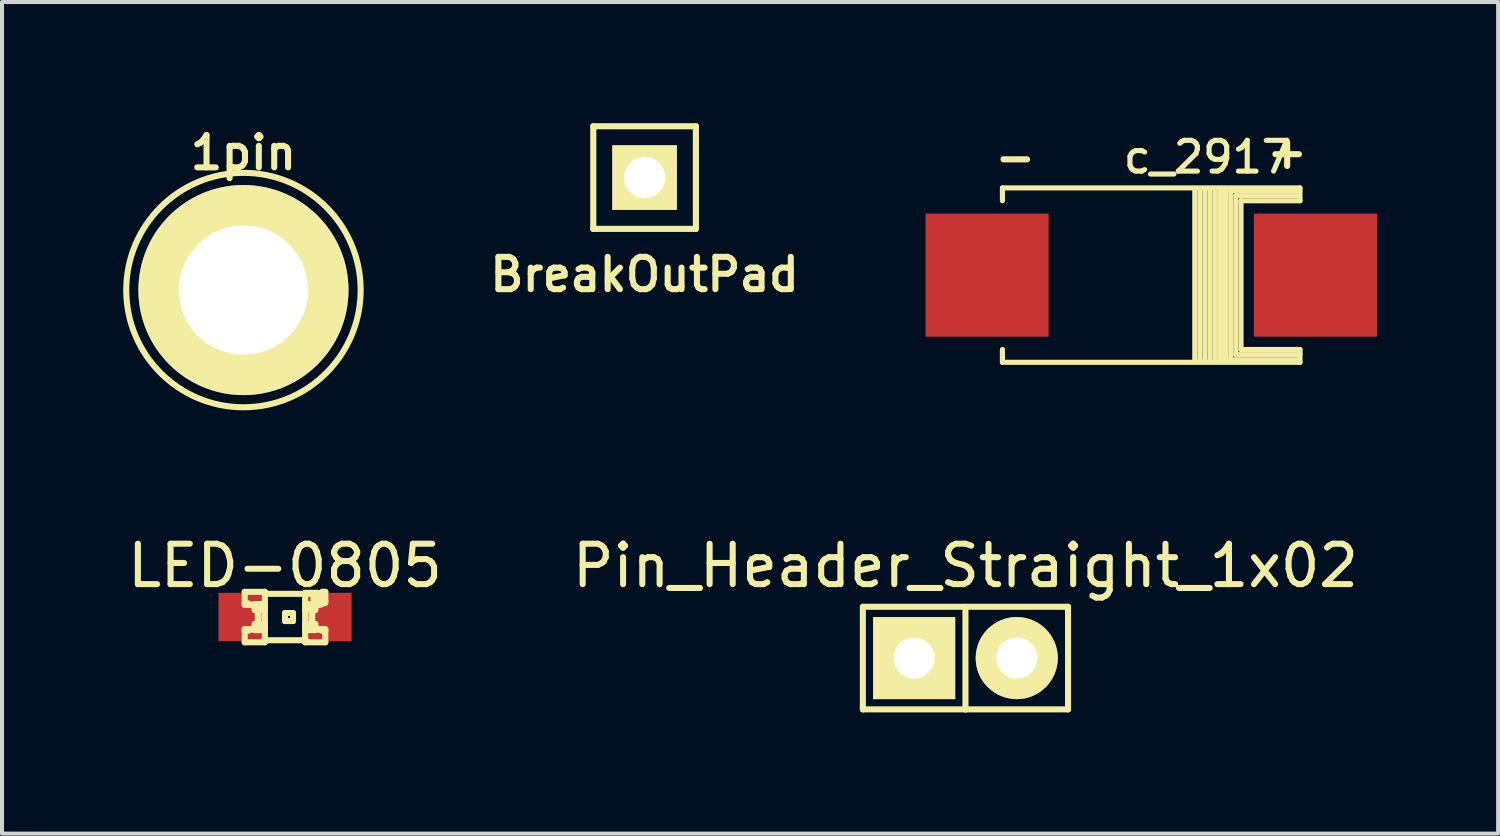
<source format=kicad_pcb>
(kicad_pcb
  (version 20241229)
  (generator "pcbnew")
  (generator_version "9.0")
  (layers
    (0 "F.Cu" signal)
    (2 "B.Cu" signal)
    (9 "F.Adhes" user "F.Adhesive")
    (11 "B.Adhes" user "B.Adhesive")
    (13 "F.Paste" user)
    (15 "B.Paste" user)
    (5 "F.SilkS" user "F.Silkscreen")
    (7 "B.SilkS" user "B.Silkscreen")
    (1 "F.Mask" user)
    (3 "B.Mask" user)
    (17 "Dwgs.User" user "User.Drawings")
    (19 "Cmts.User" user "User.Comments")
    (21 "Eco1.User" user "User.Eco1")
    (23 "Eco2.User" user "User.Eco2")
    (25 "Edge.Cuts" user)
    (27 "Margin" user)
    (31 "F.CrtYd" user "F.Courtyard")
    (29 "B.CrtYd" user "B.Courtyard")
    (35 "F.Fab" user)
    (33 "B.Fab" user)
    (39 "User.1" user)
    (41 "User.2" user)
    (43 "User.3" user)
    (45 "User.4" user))
  (footprint "1pin"
    (layer "F.Cu")
    (at 2.977 4.131)
    (property "Reference" "1pin" (at 0 -3.4 0) (layer "F.SilkS") (effects (font (size 0.8 0.8) (thickness 0.15))))
    (attr through_hole)
    (fp_circle (center 0 0) (end 2.9 0.1) (stroke (width 0.15) (type solid)) (fill no) (layer "F.SilkS"))
    (pad "1" thru_hole circle (at 0 0) (size 5.2 5.2) (drill 3.2) (layers "*.Cu" "*.Mask" "F.SilkS")))
  (footprint "Pin_Header_Straight_1x02"
    (layer "F.Cu")
    (at 20.851 13.242)
    (property "Reference" "Pin_Header_Straight_1x02" (at 0 -2.286 0) (layer "F.SilkS") (effects (font (size 1 1) (thickness 0.15))))
    (attr through_hole)
    (fp_line (start -2.54 -1.27) (end -2.54 1.27) (stroke (width 0.15) (type solid)) (layer "F.SilkS"))
    (fp_line (start -2.54 1.27) (end 0 1.27) (stroke (width 0.15) (type solid)) (layer "F.SilkS"))
    (fp_line (start 0 -1.27) (end 0 1.27) (stroke (width 0.15) (type solid)) (layer "F.SilkS"))
    (fp_line (start 0 1.27) (end 2.54 1.27) (stroke (width 0.15) (type solid)) (layer "F.SilkS"))
    (fp_line (start 2.54 -1.27) (end -2.54 -1.27) (stroke (width 0.15) (type solid)) (layer "F.SilkS"))
    (fp_line (start 2.54 1.27) (end 2.54 -1.27) (stroke (width 0.15) (type solid)) (layer "F.SilkS"))
    (pad "1" thru_hole rect (at -1.27 0) (size 2.032 2.032) (drill 1.016) (layers "*.Cu" "*.Mask" "F.SilkS"))
    (pad "2" thru_hole oval (at 1.27 0) (size 2.032 2.032) (drill 1.016) (layers "*.Cu" "*.Mask" "F.SilkS")))
  (footprint "BreakOutPad"
    (layer "F.Cu")
    (at 12.908 1.346)
    (property "Reference" "BreakOutPad" (at 0 2.4 0) (layer "F.SilkS") (effects (font (size 0.8 0.8) (thickness 0.15))))
    (attr through_hole)
    (fp_line (start -1.27 -1.27) (end 1.27 -1.27) (stroke (width 0.152) (type solid)) (layer "F.SilkS"))
    (fp_line (start -1.27 1.27) (end -1.27 -1.27) (stroke (width 0.152) (type solid)) (layer "F.SilkS"))
    (fp_line (start 1.27 -1.27) (end 1.27 1.27) (stroke (width 0.152) (type solid)) (layer "F.SilkS"))
    (fp_line (start 1.27 1.27) (end -1.27 1.27) (stroke (width 0.152) (type solid)) (layer "F.SilkS"))
    (pad "1" thru_hole rect (at 0 0) (size 1.6 1.6) (drill 1.02) (layers "*.Cu" "*.Mask" "F.SilkS")))
  (footprint "LED-0805"
    (layer "F.Cu")
    (at 4.006 12.226)
    (property "Reference" "LED-0805" (at 0 -1.27 0) (layer "F.SilkS") (effects (font (size 1 1) (thickness 0.15))))
    (attr smd)
    (fp_line (start -0.998 -0.625) (end -0.998 -0.3) (stroke (width 0.15) (type solid)) (layer "F.SilkS"))
    (fp_line (start -0.998 -0.625) (end -0.498 -0.625) (stroke (width 0.15) (type solid)) (layer "F.SilkS"))
    (fp_line (start -0.998 -0.3) (end -0.498 -0.3) (stroke (width 0.15) (type solid)) (layer "F.SilkS"))
    (fp_line (start -0.998 0.3) (end -0.998 0.625) (stroke (width 0.15) (type solid)) (layer "F.SilkS"))
    (fp_line (start -0.998 0.3) (end -0.498 0.3) (stroke (width 0.15) (type solid)) (layer "F.SilkS"))
    (fp_line (start -0.998 0.625) (end -0.498 0.625) (stroke (width 0.15) (type solid)) (layer "F.SilkS"))
    (fp_line (start -0.749 -0.323) (end -0.749 -0.173) (stroke (width 0.15) (type solid)) (layer "F.SilkS"))
    (fp_line (start -0.749 -0.323) (end -0.498 -0.323) (stroke (width 0.15) (type solid)) (layer "F.SilkS"))
    (fp_line (start -0.749 -0.173) (end -0.498 -0.173) (stroke (width 0.15) (type solid)) (layer "F.SilkS"))
    (fp_line (start -0.749 0.173) (end -0.749 0.323) (stroke (width 0.15) (type solid)) (layer "F.SilkS"))
    (fp_line (start -0.749 0.173) (end -0.498 0.173) (stroke (width 0.15) (type solid)) (layer "F.SilkS"))
    (fp_line (start -0.749 0.323) (end -0.498 0.323) (stroke (width 0.15) (type solid)) (layer "F.SilkS"))
    (fp_line (start -0.673 -0.198) (end -0.673 0.198) (stroke (width 0.15) (type solid)) (layer "F.SilkS"))
    (fp_line (start -0.673 -0.198) (end -0.498 -0.198) (stroke (width 0.15) (type solid)) (layer "F.SilkS"))
    (fp_line (start -0.673 0.198) (end -0.498 0.198) (stroke (width 0.15) (type solid)) (layer "F.SilkS"))
    (fp_line (start -0.498 -0.625) (end -0.498 -0.3) (stroke (width 0.15) (type solid)) (layer "F.SilkS"))
    (fp_line (start -0.498 -0.574) (end 0.925 -0.574) (stroke (width 0.15) (type solid)) (layer "F.SilkS"))
    (fp_line (start -0.498 -0.323) (end -0.498 -0.173) (stroke (width 0.15) (type solid)) (layer "F.SilkS"))
    (fp_line (start -0.498 -0.198) (end -0.498 0.198) (stroke (width 0.15) (type solid)) (layer "F.SilkS"))
    (fp_line (start -0.498 0.173) (end -0.498 0.323) (stroke (width 0.15) (type solid)) (layer "F.SilkS"))
    (fp_line (start -0.498 0.3) (end -0.498 0.625) (stroke (width 0.15) (type solid)) (layer "F.SilkS"))
    (fp_line (start 0 -0.099) (end 0 0.099) (stroke (width 0.15) (type solid)) (layer "F.SilkS"))
    (fp_line (start 0 -0.099) (end 0.198 -0.099) (stroke (width 0.15) (type solid)) (layer "F.SilkS"))
    (fp_line (start 0 0.099) (end 0.198 0.099) (stroke (width 0.15) (type solid)) (layer "F.SilkS"))
    (fp_line (start 0.198 -0.099) (end 0.198 0.099) (stroke (width 0.15) (type solid)) (layer "F.SilkS"))
    (fp_line (start 0.498 -0.599) (end 0.498 -0.3) (stroke (width 0.15) (type solid)) (layer "F.SilkS"))
    (fp_line (start 0.498 -0.599) (end 0.798 -0.599) (stroke (width 0.15) (type solid)) (layer "F.SilkS"))
    (fp_line (start 0.498 -0.323) (end 0.498 -0.173) (stroke (width 0.15) (type solid)) (layer "F.SilkS"))
    (fp_line (start 0.498 -0.323) (end 0.749 -0.323) (stroke (width 0.15) (type solid)) (layer "F.SilkS"))
    (fp_line (start 0.498 -0.3) (end 0.798 -0.3) (stroke (width 0.15) (type solid)) (layer "F.SilkS"))
    (fp_line (start 0.498 -0.198) (end 0.498 0.198) (stroke (width 0.15) (type solid)) (layer "F.SilkS"))
    (fp_line (start 0.498 -0.198) (end 0.673 -0.198) (stroke (width 0.15) (type solid)) (layer "F.SilkS"))
    (fp_line (start 0.498 -0.173) (end 0.749 -0.173) (stroke (width 0.15) (type solid)) (layer "F.SilkS"))
    (fp_line (start 0.498 0.173) (end 0.498 0.323) (stroke (width 0.15) (type solid)) (layer "F.SilkS"))
    (fp_line (start 0.498 0.173) (end 0.749 0.173) (stroke (width 0.15) (type solid)) (layer "F.SilkS"))
    (fp_line (start 0.498 0.198) (end 0.673 0.198) (stroke (width 0.15) (type solid)) (layer "F.SilkS"))
    (fp_line (start 0.498 0.3) (end 0.498 0.625) (stroke (width 0.15) (type solid)) (layer "F.SilkS"))
    (fp_line (start 0.498 0.3) (end 0.998 0.3) (stroke (width 0.15) (type solid)) (layer "F.SilkS"))
    (fp_line (start 0.498 0.323) (end 0.749 0.323) (stroke (width 0.15) (type solid)) (layer "F.SilkS"))
    (fp_line (start 0.498 0.625) (end 0.998 0.625) (stroke (width 0.15) (type solid)) (layer "F.SilkS"))
    (fp_line (start 0.523 0.574) (end -0.523 0.574) (stroke (width 0.15) (type solid)) (layer "F.SilkS"))
    (fp_line (start 0.673 -0.198) (end 0.673 0.198) (stroke (width 0.15) (type solid)) (layer "F.SilkS"))
    (fp_line (start 0.749 -0.323) (end 0.749 -0.173) (stroke (width 0.15) (type solid)) (layer "F.SilkS"))
    (fp_line (start 0.749 0.173) (end 0.749 0.323) (stroke (width 0.15) (type solid)) (layer "F.SilkS"))
    (fp_line (start 0.798 -0.599) (end 0.798 -0.3) (stroke (width 0.15) (type solid)) (layer "F.SilkS"))
    (fp_line (start 0.925 -0.625) (end 0.925 -0.399) (stroke (width 0.15) (type solid)) (layer "F.SilkS"))
    (fp_line (start 0.925 -0.625) (end 0.998 -0.625) (stroke (width 0.15) (type solid)) (layer "F.SilkS"))
    (fp_line (start 0.925 -0.399) (end 0.998 -0.399) (stroke (width 0.15) (type solid)) (layer "F.SilkS"))
    (fp_line (start 0.998 -0.625) (end 0.998 -0.399) (stroke (width 0.15) (type solid)) (layer "F.SilkS"))
    (fp_line (start 0.998 0.3) (end 0.998 0.625) (stroke (width 0.15) (type solid)) (layer "F.SilkS"))
    (fp_arc (start -0.99822 -0.34798) (mid -0.65024 0) (end -0.99822 0.34798) (stroke (width 0.15) (type solid)) (layer "F.SilkS"))
    (fp_arc (start 0.99822 0.34798) (mid 0.65024 0) (end 0.99822 -0.34798) (stroke (width 0.15) (type solid)) (layer "F.SilkS"))
    (fp_circle (center 0.848 -0.45) (end 0.899 -0.5) (stroke (width 0.15) (type solid)) (fill no) (layer "F.SilkS"))
    (pad "1" smd rect (at -1.049 0) (size 1.199 1.199) (layers "F.Cu" "F.Mask" "F.Paste"))
    (pad "2" smd rect (at 1.049 0) (size 1.199 1.199) (layers "F.Cu" "F.Mask" "F.Paste")))
  (footprint "c_2917"
    (layer "F.Cu")
    (at 25.45 3.761)
    (property "Reference" "c_2917" (at 1.397 -2.921 0) (layer "F.SilkS") (effects (font (size 0.762 0.762) (thickness 0.127))))
    (attr smd)
    (fp_line (start -3.683 -2.159) (end 3.683 -2.159) (stroke (width 0.127) (type solid)) (layer "F.SilkS"))
    (fp_line (start -3.683 -1.841) (end -3.683 -2.159) (stroke (width 0.127) (type solid)) (layer "F.SilkS"))
    (fp_line (start -3.683 2.159) (end -3.683 1.841) (stroke (width 0.127) (type solid)) (layer "F.SilkS"))
    (fp_line (start 1.079 -2.095) (end 1.079 2.095) (stroke (width 0.127) (type solid)) (layer "F.SilkS"))
    (fp_line (start 1.206 -2.095) (end 1.206 2.095) (stroke (width 0.127) (type solid)) (layer "F.SilkS"))
    (fp_line (start 1.333 -2.095) (end 1.333 2.095) (stroke (width 0.127) (type solid)) (layer "F.SilkS"))
    (fp_line (start 1.46 2.095) (end 1.46 -2.095) (stroke (width 0.127) (type solid)) (layer "F.SilkS"))
    (fp_line (start 1.587 -2.095) (end 1.587 2.095) (stroke (width 0.127) (type solid)) (layer "F.SilkS"))
    (fp_line (start 1.714 2.095) (end 1.714 -2.095) (stroke (width 0.127) (type solid)) (layer "F.SilkS"))
    (fp_line (start 1.841 -2.095) (end 1.841 2.095) (stroke (width 0.127) (type solid)) (layer "F.SilkS"))
    (fp_line (start 1.968 -2.095) (end 1.968 2.095) (stroke (width 0.127) (type solid)) (layer "F.SilkS"))
    (fp_line (start 1.968 2.095) (end 3.619 2.095) (stroke (width 0.127) (type solid)) (layer "F.SilkS"))
    (fp_line (start 2.095 -1.968) (end 3.619 -1.968) (stroke (width 0.127) (type solid)) (layer "F.SilkS"))
    (fp_line (start 2.095 1.968) (end 2.095 -1.968) (stroke (width 0.127) (type solid)) (layer "F.SilkS"))
    (fp_line (start 2.223 -1.841) (end 2.223 1.841) (stroke (width 0.127) (type solid)) (layer "F.SilkS"))
    (fp_line (start 2.223 1.841) (end 3.683 1.841) (stroke (width 0.127) (type solid)) (layer "F.SilkS"))
    (fp_line (start 3.619 -2.095) (end 1.968 -2.095) (stroke (width 0.127) (type solid)) (layer "F.SilkS"))
    (fp_line (start 3.683 -2.159) (end 3.683 -1.841) (stroke (width 0.127) (type solid)) (layer "F.SilkS"))
    (fp_line (start 3.683 -1.841) (end 2.223 -1.841) (stroke (width 0.127) (type solid)) (layer "F.SilkS"))
    (fp_line (start 3.683 1.841) (end 3.683 2.159) (stroke (width 0.127) (type solid)) (layer "F.SilkS"))
    (fp_line (start 3.683 1.968) (end 2.095 1.968) (stroke (width 0.127) (type solid)) (layer "F.SilkS"))
    (fp_line (start 3.683 2.159) (end -3.683 2.159) (stroke (width 0.127) (type solid)) (layer "F.SilkS"))
    (fp_text user "-" (at -3.365 -2.921 0) (layer "F.SilkS") (effects (font (size 0.762 0.762) (thickness 0.152))))
    (fp_text user "+" (at 3.365 -3.048 0) (layer "F.SilkS") (effects (font (size 0.762 0.762) (thickness 0.152))))
    (pad "1" smd rect (at 4.064 0) (size 3.048 3.048) (layers "F.Cu" "F.Mask" "F.Paste"))
    (pad "2" smd rect (at -4.064 0) (size 3.048 3.048) (layers "F.Cu" "F.Mask" "F.Paste")))
  (gr_rect
    (start -3 -3)
    (end 34.038 17.587)
    (stroke (width 0.1) (type default))
    (fill no)
    (layer "Edge.Cuts")))
</source>
